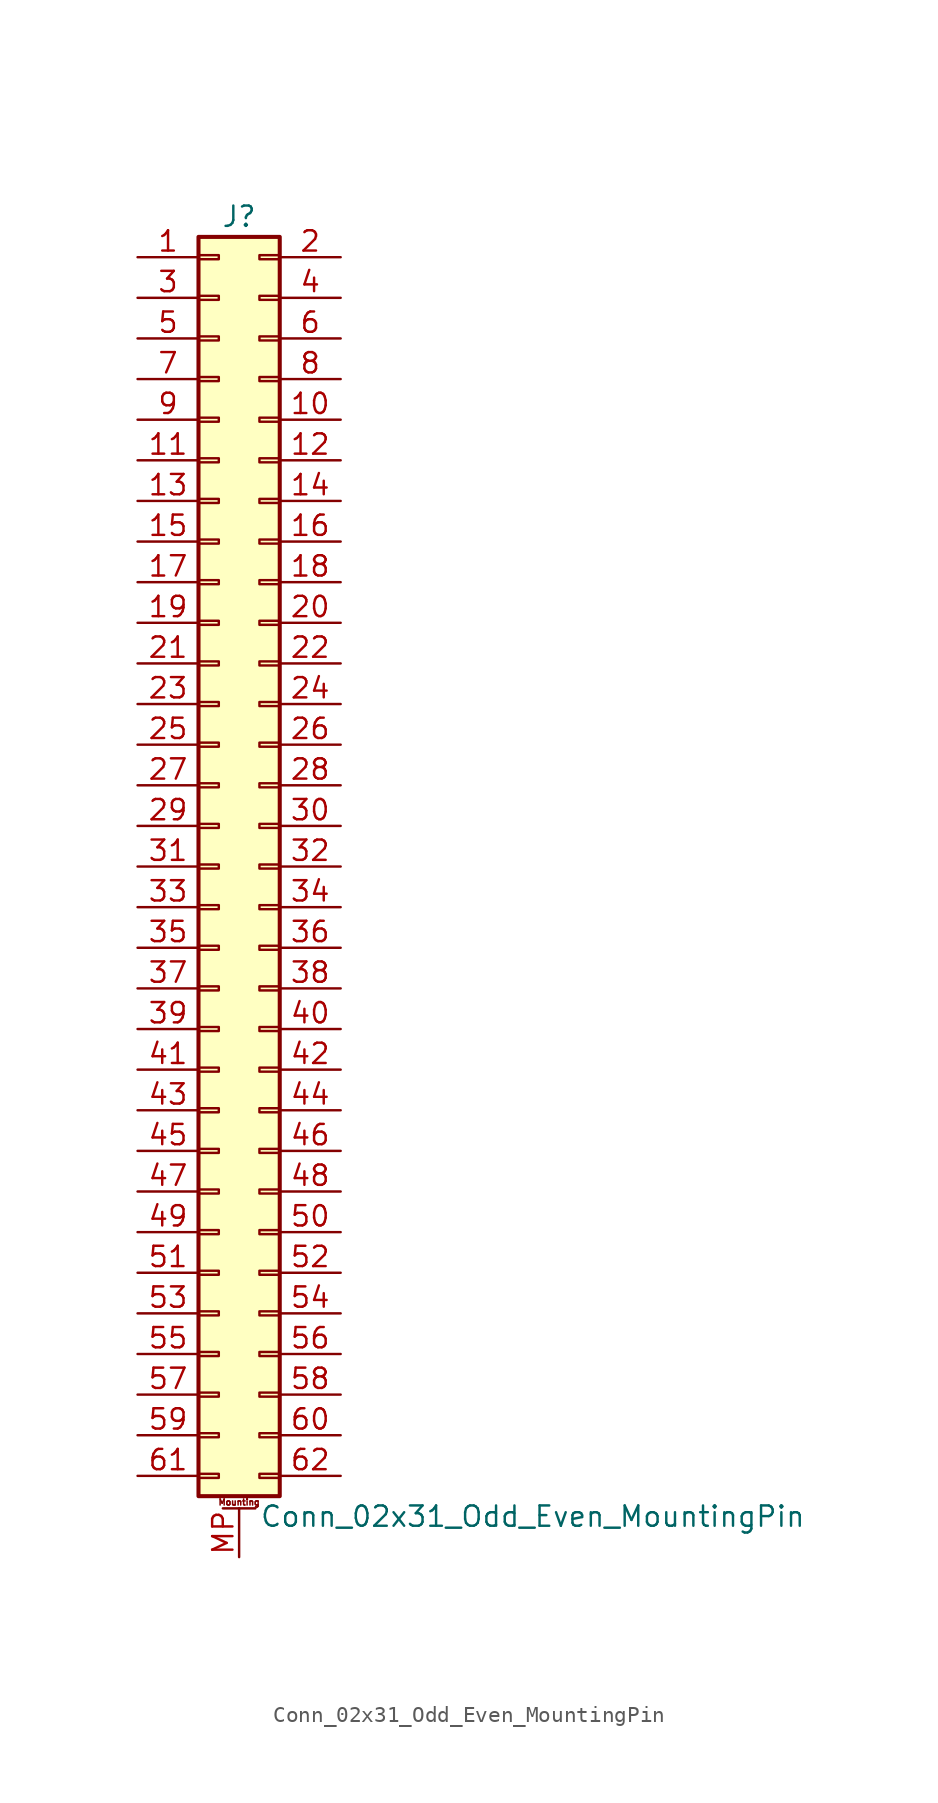
<source format=kicad_sym>
(kicad_symbol_lib
  (version 20201005)
  (generator kicad_symbol_editor)
  (symbol "Connector_Generic_MountingPin:Conn_02x31_Odd_Even_MountingPin"
    (pin_names
      (offset 1.016) hide)
    (property "Reference" "J"
      (at 1.27 40.64 0)
      (effects (font (size 1.27 1.27))))
    (property "Value" "Conn_02x31_Odd_Even_MountingPin"
      (at 2.54 -40.64 0)
      (effects (font (size 1.27 1.27)) (justify left)))
    (symbol "Conn_02x31_Odd_Even_MountingPin_1_1"
      (text "Mounting" (at 1.27 -39.751 0) (effects (font (size 0.381 0.381))))
      (rectangle (start -1.27 -27.813) (end 0 -28.067) (stroke (width 0.152)) (fill (type none)))
      (rectangle (start -1.27 -30.353) (end 0 -30.607) (stroke (width 0.152)) (fill (type none)))
      (rectangle (start -1.27 -32.893) (end 0 -33.147) (stroke (width 0.152)) (fill (type none)))
      (rectangle (start -1.27 -35.433) (end 0 -35.687) (stroke (width 0.152)) (fill (type none)))
      (rectangle (start -1.27 -37.973) (end 0 -38.227) (stroke (width 0.152)) (fill (type none)))
      (rectangle (start -1.27 -4.953) (end 0 -5.207) (stroke (width 0.152)) (fill (type none)))
      (rectangle (start -1.27 -7.493) (end 0 -7.747) (stroke (width 0.152)) (fill (type none)))
      (rectangle (start -1.27 -10.033) (end 0 -10.287) (stroke (width 0.152)) (fill (type none)))
      (rectangle (start -1.27 -12.573) (end 0 -12.827) (stroke (width 0.152)) (fill (type none)))
      (rectangle (start -1.27 -15.113) (end 0 -15.367) (stroke (width 0.152)) (fill (type none)))
      (rectangle (start -1.27 -17.653) (end 0 -17.907) (stroke (width 0.152)) (fill (type none)))
      (rectangle (start -1.27 -20.193) (end 0 -20.447) (stroke (width 0.152)) (fill (type none)))
      (rectangle (start -1.27 -22.733) (end 0 -22.987) (stroke (width 0.152)) (fill (type none)))
      (rectangle (start -1.27 -2.413) (end 0 -2.667) (stroke (width 0.152)) (fill (type none)))
      (rectangle (start -1.27 -25.273) (end 0 -25.527) (stroke (width 0.152)) (fill (type none)))
      (rectangle (start -1.27 25.527) (end 0 25.273) (stroke (width 0.152)) (fill (type none)))
      (rectangle (start -1.27 2.667) (end 0 2.413) (stroke (width 0.152)) (fill (type none)))
      (rectangle (start -1.27 28.067) (end 0 27.813) (stroke (width 0.152)) (fill (type none)))
      (rectangle (start -1.27 30.607) (end 0 30.353) (stroke (width 0.152)) (fill (type none)))
      (rectangle (start -1.27 33.147) (end 0 32.893) (stroke (width 0.152)) (fill (type none)))
      (rectangle (start -1.27 35.687) (end 0 35.433) (stroke (width 0.152)) (fill (type none)))
      (rectangle (start -1.27 38.227) (end 0 37.973) (stroke (width 0.152)) (fill (type none)))
      (rectangle (start -1.27 39.37) (end 3.81 -39.37) (stroke (width 0.254)) (fill (type background)))
      (rectangle (start -1.27 5.207) (end 0 4.953) (stroke (width 0.152)) (fill (type none)))
      (rectangle (start -1.27 7.747) (end 0 7.493) (stroke (width 0.152)) (fill (type none)))
      (rectangle (start -1.27 10.287) (end 0 10.033) (stroke (width 0.152)) (fill (type none)))
      (rectangle (start -1.27 0.127) (end 0 -0.127) (stroke (width 0.152)) (fill (type none)))
      (rectangle (start -1.27 12.827) (end 0 12.573) (stroke (width 0.152)) (fill (type none)))
      (rectangle (start -1.27 15.367) (end 0 15.113) (stroke (width 0.152)) (fill (type none)))
      (rectangle (start -1.27 17.907) (end 0 17.653) (stroke (width 0.152)) (fill (type none)))
      (rectangle (start -1.27 20.447) (end 0 20.193) (stroke (width 0.152)) (fill (type none)))
      (rectangle (start -1.27 22.987) (end 0 22.733) (stroke (width 0.152)) (fill (type none)))
      (rectangle (start 3.81 -27.813) (end 2.54 -28.067) (stroke (width 0.152)) (fill (type none)))
      (rectangle (start 3.81 -30.353) (end 2.54 -30.607) (stroke (width 0.152)) (fill (type none)))
      (rectangle (start 3.81 -32.893) (end 2.54 -33.147) (stroke (width 0.152)) (fill (type none)))
      (rectangle (start 3.81 -35.433) (end 2.54 -35.687) (stroke (width 0.152)) (fill (type none)))
      (rectangle (start 3.81 -37.973) (end 2.54 -38.227) (stroke (width 0.152)) (fill (type none)))
      (rectangle (start 3.81 -4.953) (end 2.54 -5.207) (stroke (width 0.152)) (fill (type none)))
      (rectangle (start 3.81 -7.493) (end 2.54 -7.747) (stroke (width 0.152)) (fill (type none)))
      (rectangle (start 3.81 -10.033) (end 2.54 -10.287) (stroke (width 0.152)) (fill (type none)))
      (rectangle (start 3.81 -12.573) (end 2.54 -12.827) (stroke (width 0.152)) (fill (type none)))
      (rectangle (start 3.81 -15.113) (end 2.54 -15.367) (stroke (width 0.152)) (fill (type none)))
      (rectangle (start 3.81 -17.653) (end 2.54 -17.907) (stroke (width 0.152)) (fill (type none)))
      (rectangle (start 3.81 -20.193) (end 2.54 -20.447) (stroke (width 0.152)) (fill (type none)))
      (rectangle (start 3.81 -22.733) (end 2.54 -22.987) (stroke (width 0.152)) (fill (type none)))
      (rectangle (start 3.81 -2.413) (end 2.54 -2.667) (stroke (width 0.152)) (fill (type none)))
      (rectangle (start 3.81 -25.273) (end 2.54 -25.527) (stroke (width 0.152)) (fill (type none)))
      (rectangle (start 3.81 25.527) (end 2.54 25.273) (stroke (width 0.152)) (fill (type none)))
      (rectangle (start 3.81 2.667) (end 2.54 2.413) (stroke (width 0.152)) (fill (type none)))
      (rectangle (start 3.81 28.067) (end 2.54 27.813) (stroke (width 0.152)) (fill (type none)))
      (rectangle (start 3.81 30.607) (end 2.54 30.353) (stroke (width 0.152)) (fill (type none)))
      (rectangle (start 3.81 33.147) (end 2.54 32.893) (stroke (width 0.152)) (fill (type none)))
      (rectangle (start 3.81 35.687) (end 2.54 35.433) (stroke (width 0.152)) (fill (type none)))
      (rectangle (start 3.81 38.227) (end 2.54 37.973) (stroke (width 0.152)) (fill (type none)))
      (rectangle (start 3.81 5.207) (end 2.54 4.953) (stroke (width 0.152)) (fill (type none)))
      (rectangle (start 3.81 7.747) (end 2.54 7.493) (stroke (width 0.152)) (fill (type none)))
      (rectangle (start 3.81 10.287) (end 2.54 10.033) (stroke (width 0.152)) (fill (type none)))
      (rectangle (start 3.81 0.127) (end 2.54 -0.127) (stroke (width 0.152)) (fill (type none)))
      (rectangle (start 3.81 12.827) (end 2.54 12.573) (stroke (width 0.152)) (fill (type none)))
      (rectangle (start 3.81 15.367) (end 2.54 15.113) (stroke (width 0.152)) (fill (type none)))
      (rectangle (start 3.81 17.907) (end 2.54 17.653) (stroke (width 0.152)) (fill (type none)))
      (rectangle (start 3.81 20.447) (end 2.54 20.193) (stroke (width 0.152)) (fill (type none)))
      (rectangle (start 3.81 22.987) (end 2.54 22.733) (stroke (width 0.152)) (fill (type none)))
      (polyline (pts (xy 0.254 -40.132) (xy 2.286 -40.132)) (stroke (width 0.152)) (fill (type none)))
      (pin passive line (at 1.27 -43.18 90) (length 3.048) (name "MountPin" (effects (font (size 1.27 1.27)))) (number "MP" (effects (font (size 1.27 1.27)))))
      (pin passive line (at -5.08 38.1 0) (length 3.81) (name "Pin_1" (effects (font (size 1.27 1.27)))) (number "1" (effects (font (size 1.27 1.27)))))
      (pin passive line (at 7.62 27.94 180) (length 3.81) (name "Pin_10" (effects (font (size 1.27 1.27)))) (number "10" (effects (font (size 1.27 1.27)))))
      (pin passive line (at -5.08 25.4 0) (length 3.81) (name "Pin_11" (effects (font (size 1.27 1.27)))) (number "11" (effects (font (size 1.27 1.27)))))
      (pin passive line (at 7.62 25.4 180) (length 3.81) (name "Pin_12" (effects (font (size 1.27 1.27)))) (number "12" (effects (font (size 1.27 1.27)))))
      (pin passive line (at -5.08 22.86 0) (length 3.81) (name "Pin_13" (effects (font (size 1.27 1.27)))) (number "13" (effects (font (size 1.27 1.27)))))
      (pin passive line (at 7.62 22.86 180) (length 3.81) (name "Pin_14" (effects (font (size 1.27 1.27)))) (number "14" (effects (font (size 1.27 1.27)))))
      (pin passive line (at -5.08 20.32 0) (length 3.81) (name "Pin_15" (effects (font (size 1.27 1.27)))) (number "15" (effects (font (size 1.27 1.27)))))
      (pin passive line (at 7.62 20.32 180) (length 3.81) (name "Pin_16" (effects (font (size 1.27 1.27)))) (number "16" (effects (font (size 1.27 1.27)))))
      (pin passive line (at -5.08 17.78 0) (length 3.81) (name "Pin_17" (effects (font (size 1.27 1.27)))) (number "17" (effects (font (size 1.27 1.27)))))
      (pin passive line (at 7.62 17.78 180) (length 3.81) (name "Pin_18" (effects (font (size 1.27 1.27)))) (number "18" (effects (font (size 1.27 1.27)))))
      (pin passive line (at -5.08 15.24 0) (length 3.81) (name "Pin_19" (effects (font (size 1.27 1.27)))) (number "19" (effects (font (size 1.27 1.27)))))
      (pin passive line (at 7.62 38.1 180) (length 3.81) (name "Pin_2" (effects (font (size 1.27 1.27)))) (number "2" (effects (font (size 1.27 1.27)))))
      (pin passive line (at 7.62 15.24 180) (length 3.81) (name "Pin_20" (effects (font (size 1.27 1.27)))) (number "20" (effects (font (size 1.27 1.27)))))
      (pin passive line (at -5.08 12.7 0) (length 3.81) (name "Pin_21" (effects (font (size 1.27 1.27)))) (number "21" (effects (font (size 1.27 1.27)))))
      (pin passive line (at 7.62 12.7 180) (length 3.81) (name "Pin_22" (effects (font (size 1.27 1.27)))) (number "22" (effects (font (size 1.27 1.27)))))
      (pin passive line (at -5.08 10.16 0) (length 3.81) (name "Pin_23" (effects (font (size 1.27 1.27)))) (number "23" (effects (font (size 1.27 1.27)))))
      (pin passive line (at 7.62 10.16 180) (length 3.81) (name "Pin_24" (effects (font (size 1.27 1.27)))) (number "24" (effects (font (size 1.27 1.27)))))
      (pin passive line (at -5.08 7.62 0) (length 3.81) (name "Pin_25" (effects (font (size 1.27 1.27)))) (number "25" (effects (font (size 1.27 1.27)))))
      (pin passive line (at 7.62 7.62 180) (length 3.81) (name "Pin_26" (effects (font (size 1.27 1.27)))) (number "26" (effects (font (size 1.27 1.27)))))
      (pin passive line (at -5.08 5.08 0) (length 3.81) (name "Pin_27" (effects (font (size 1.27 1.27)))) (number "27" (effects (font (size 1.27 1.27)))))
      (pin passive line (at 7.62 5.08 180) (length 3.81) (name "Pin_28" (effects (font (size 1.27 1.27)))) (number "28" (effects (font (size 1.27 1.27)))))
      (pin passive line (at -5.08 2.54 0) (length 3.81) (name "Pin_29" (effects (font (size 1.27 1.27)))) (number "29" (effects (font (size 1.27 1.27)))))
      (pin passive line (at -5.08 35.56 0) (length 3.81) (name "Pin_3" (effects (font (size 1.27 1.27)))) (number "3" (effects (font (size 1.27 1.27)))))
      (pin passive line (at 7.62 2.54 180) (length 3.81) (name "Pin_30" (effects (font (size 1.27 1.27)))) (number "30" (effects (font (size 1.27 1.27)))))
      (pin passive line (at -5.08 0 0) (length 3.81) (name "Pin_31" (effects (font (size 1.27 1.27)))) (number "31" (effects (font (size 1.27 1.27)))))
      (pin passive line (at 7.62 0 180) (length 3.81) (name "Pin_32" (effects (font (size 1.27 1.27)))) (number "32" (effects (font (size 1.27 1.27)))))
      (pin passive line (at -5.08 -2.54 0) (length 3.81) (name "Pin_33" (effects (font (size 1.27 1.27)))) (number "33" (effects (font (size 1.27 1.27)))))
      (pin passive line (at 7.62 -2.54 180) (length 3.81) (name "Pin_34" (effects (font (size 1.27 1.27)))) (number "34" (effects (font (size 1.27 1.27)))))
      (pin passive line (at -5.08 -5.08 0) (length 3.81) (name "Pin_35" (effects (font (size 1.27 1.27)))) (number "35" (effects (font (size 1.27 1.27)))))
      (pin passive line (at 7.62 -5.08 180) (length 3.81) (name "Pin_36" (effects (font (size 1.27 1.27)))) (number "36" (effects (font (size 1.27 1.27)))))
      (pin passive line (at -5.08 -7.62 0) (length 3.81) (name "Pin_37" (effects (font (size 1.27 1.27)))) (number "37" (effects (font (size 1.27 1.27)))))
      (pin passive line (at 7.62 -7.62 180) (length 3.81) (name "Pin_38" (effects (font (size 1.27 1.27)))) (number "38" (effects (font (size 1.27 1.27)))))
      (pin passive line (at -5.08 -10.16 0) (length 3.81) (name "Pin_39" (effects (font (size 1.27 1.27)))) (number "39" (effects (font (size 1.27 1.27)))))
      (pin passive line (at 7.62 35.56 180) (length 3.81) (name "Pin_4" (effects (font (size 1.27 1.27)))) (number "4" (effects (font (size 1.27 1.27)))))
      (pin passive line (at 7.62 -10.16 180) (length 3.81) (name "Pin_40" (effects (font (size 1.27 1.27)))) (number "40" (effects (font (size 1.27 1.27)))))
      (pin passive line (at -5.08 -12.7 0) (length 3.81) (name "Pin_41" (effects (font (size 1.27 1.27)))) (number "41" (effects (font (size 1.27 1.27)))))
      (pin passive line (at 7.62 -12.7 180) (length 3.81) (name "Pin_42" (effects (font (size 1.27 1.27)))) (number "42" (effects (font (size 1.27 1.27)))))
      (pin passive line (at -5.08 -15.24 0) (length 3.81) (name "Pin_43" (effects (font (size 1.27 1.27)))) (number "43" (effects (font (size 1.27 1.27)))))
      (pin passive line (at 7.62 -15.24 180) (length 3.81) (name "Pin_44" (effects (font (size 1.27 1.27)))) (number "44" (effects (font (size 1.27 1.27)))))
      (pin passive line (at -5.08 -17.78 0) (length 3.81) (name "Pin_45" (effects (font (size 1.27 1.27)))) (number "45" (effects (font (size 1.27 1.27)))))
      (pin passive line (at 7.62 -17.78 180) (length 3.81) (name "Pin_46" (effects (font (size 1.27 1.27)))) (number "46" (effects (font (size 1.27 1.27)))))
      (pin passive line (at -5.08 -20.32 0) (length 3.81) (name "Pin_47" (effects (font (size 1.27 1.27)))) (number "47" (effects (font (size 1.27 1.27)))))
      (pin passive line (at 7.62 -20.32 180) (length 3.81) (name "Pin_48" (effects (font (size 1.27 1.27)))) (number "48" (effects (font (size 1.27 1.27)))))
      (pin passive line (at -5.08 -22.86 0) (length 3.81) (name "Pin_49" (effects (font (size 1.27 1.27)))) (number "49" (effects (font (size 1.27 1.27)))))
      (pin passive line (at -5.08 33.02 0) (length 3.81) (name "Pin_5" (effects (font (size 1.27 1.27)))) (number "5" (effects (font (size 1.27 1.27)))))
      (pin passive line (at 7.62 -22.86 180) (length 3.81) (name "Pin_50" (effects (font (size 1.27 1.27)))) (number "50" (effects (font (size 1.27 1.27)))))
      (pin passive line (at -5.08 -25.4 0) (length 3.81) (name "Pin_51" (effects (font (size 1.27 1.27)))) (number "51" (effects (font (size 1.27 1.27)))))
      (pin passive line (at 7.62 -25.4 180) (length 3.81) (name "Pin_52" (effects (font (size 1.27 1.27)))) (number "52" (effects (font (size 1.27 1.27)))))
      (pin passive line (at -5.08 -27.94 0) (length 3.81) (name "Pin_53" (effects (font (size 1.27 1.27)))) (number "53" (effects (font (size 1.27 1.27)))))
      (pin passive line (at 7.62 -27.94 180) (length 3.81) (name "Pin_54" (effects (font (size 1.27 1.27)))) (number "54" (effects (font (size 1.27 1.27)))))
      (pin passive line (at -5.08 -30.48 0) (length 3.81) (name "Pin_55" (effects (font (size 1.27 1.27)))) (number "55" (effects (font (size 1.27 1.27)))))
      (pin passive line (at 7.62 -30.48 180) (length 3.81) (name "Pin_56" (effects (font (size 1.27 1.27)))) (number "56" (effects (font (size 1.27 1.27)))))
      (pin passive line (at -5.08 -33.02 0) (length 3.81) (name "Pin_57" (effects (font (size 1.27 1.27)))) (number "57" (effects (font (size 1.27 1.27)))))
      (pin passive line (at 7.62 -33.02 180) (length 3.81) (name "Pin_58" (effects (font (size 1.27 1.27)))) (number "58" (effects (font (size 1.27 1.27)))))
      (pin passive line (at -5.08 -35.56 0) (length 3.81) (name "Pin_59" (effects (font (size 1.27 1.27)))) (number "59" (effects (font (size 1.27 1.27)))))
      (pin passive line (at 7.62 33.02 180) (length 3.81) (name "Pin_6" (effects (font (size 1.27 1.27)))) (number "6" (effects (font (size 1.27 1.27)))))
      (pin passive line (at 7.62 -35.56 180) (length 3.81) (name "Pin_60" (effects (font (size 1.27 1.27)))) (number "60" (effects (font (size 1.27 1.27)))))
      (pin passive line (at -5.08 -38.1 0) (length 3.81) (name "Pin_61" (effects (font (size 1.27 1.27)))) (number "61" (effects (font (size 1.27 1.27)))))
      (pin passive line (at 7.62 -38.1 180) (length 3.81) (name "Pin_62" (effects (font (size 1.27 1.27)))) (number "62" (effects (font (size 1.27 1.27)))))
      (pin passive line (at -5.08 30.48 0) (length 3.81) (name "Pin_7" (effects (font (size 1.27 1.27)))) (number "7" (effects (font (size 1.27 1.27)))))
      (pin passive line (at 7.62 30.48 180) (length 3.81) (name "Pin_8" (effects (font (size 1.27 1.27)))) (number "8" (effects (font (size 1.27 1.27)))))
      (pin passive line (at -5.08 27.94 0) (length 3.81) (name "Pin_9" (effects (font (size 1.27 1.27)))) (number "9" (effects (font (size 1.27 1.27))))))))
</source>
